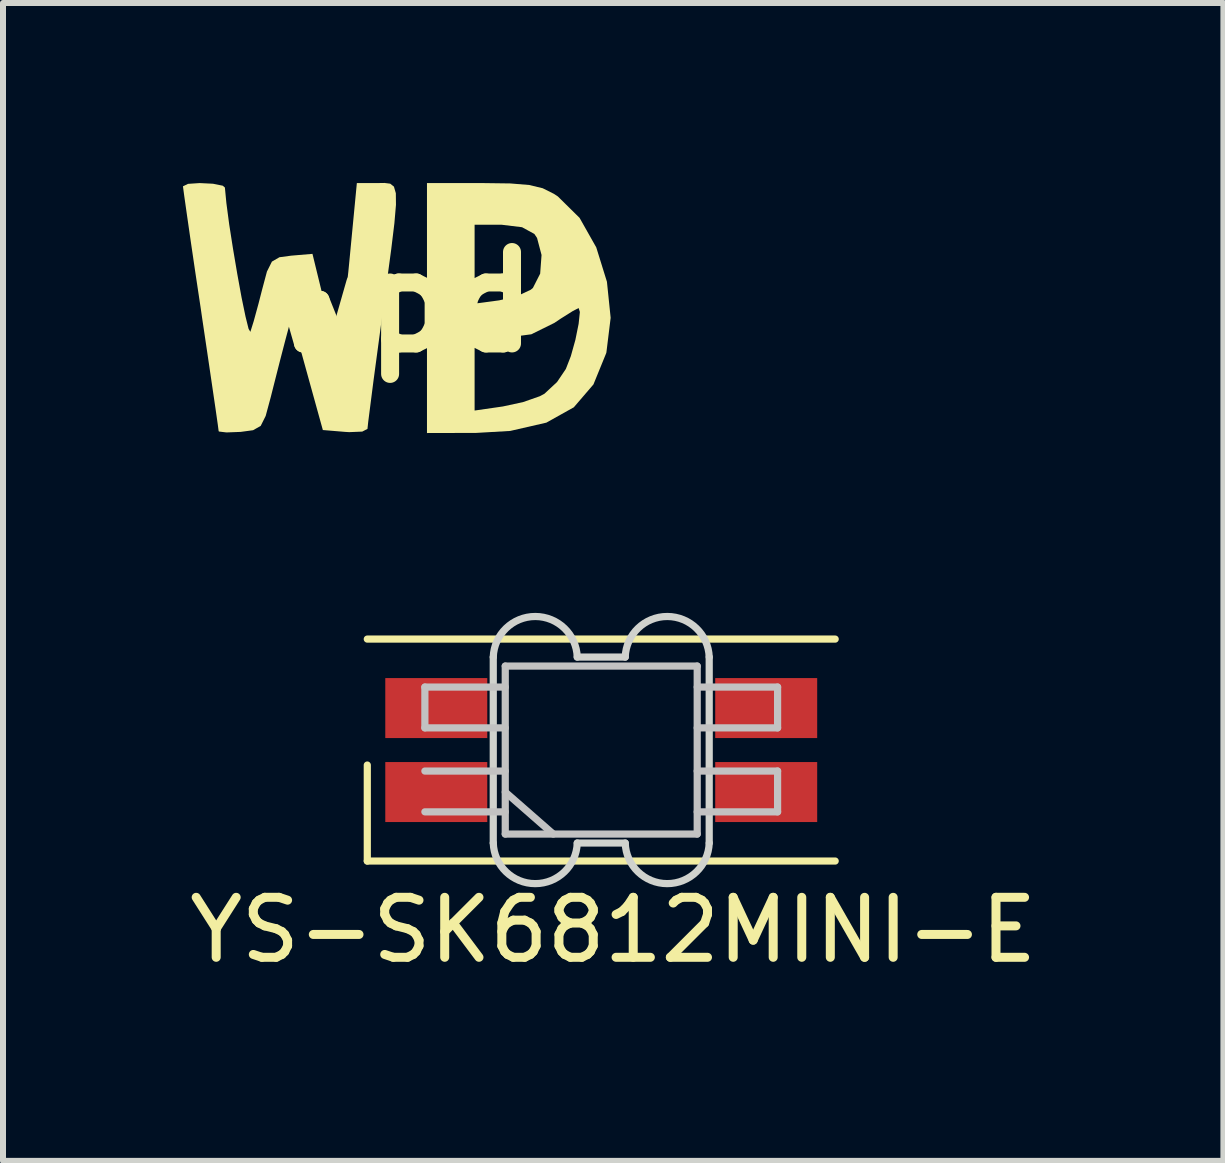
<source format=kicad_pcb>
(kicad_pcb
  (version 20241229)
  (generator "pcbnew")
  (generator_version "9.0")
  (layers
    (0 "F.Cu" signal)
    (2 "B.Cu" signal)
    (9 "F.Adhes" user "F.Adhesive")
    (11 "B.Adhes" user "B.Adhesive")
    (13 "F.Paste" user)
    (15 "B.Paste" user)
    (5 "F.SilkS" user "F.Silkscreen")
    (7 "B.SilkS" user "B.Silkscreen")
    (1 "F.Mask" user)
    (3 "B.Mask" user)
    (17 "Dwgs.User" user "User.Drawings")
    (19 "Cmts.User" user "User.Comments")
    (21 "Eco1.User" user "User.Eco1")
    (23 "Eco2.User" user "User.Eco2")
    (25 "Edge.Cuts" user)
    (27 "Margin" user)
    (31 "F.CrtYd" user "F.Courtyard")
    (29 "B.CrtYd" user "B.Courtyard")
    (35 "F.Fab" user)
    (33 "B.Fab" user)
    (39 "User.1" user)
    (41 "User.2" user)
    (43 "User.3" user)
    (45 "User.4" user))
  (footprint "wpd"
    (layer "F.Cu")
    (at 3.671 1.986)
    (property "Reference" "wpd" (at 0 0 0) (layer "F.SilkS") (effects (font (size 1.524 1.524) (thickness 0.3))))
    (attr board_only exclude_from_pos_files exclude_from_bom)
    (fp_poly (pts (xy 1.786 -1.978) (xy 2.101 -1.952) (xy 2.326 -1.898) (xy 2.512 -1.805) (xy 2.579 -1.761) (xy 2.941 -1.404) (xy 3.219 -0.912) (xy 3.397 -0.339) (xy 3.459 0.262) (xy 3.388 0.84) (xy 3.383 0.856) (xy 3.172 1.373) (xy 2.845 1.754) (xy 2.387 2.01) (xy 1.784 2.148) (xy 1.215 2.181) (xy 0.397 2.183) (xy 0.397 1.808) (xy 1.191 1.808) (xy 1.662 1.74) (xy 1.996 1.668) (xy 2.279 1.569) (xy 2.354 1.529) (xy 2.565 1.333) (xy 2.712 1.115) (xy 2.795 0.902) (xy 2.871 0.63) (xy 2.925 0.363) (xy 2.946 0.165) (xy 2.925 0.099) (xy 2.827 0.15) (xy 2.625 0.277) (xy 2.521 0.347) (xy 2.136 0.537) (xy 1.693 0.595) (xy 1.673 0.595) (xy 1.191 0.595) (xy 1.191 1.808) (xy 0.397 1.808) (xy 0.397 0.026) (xy 1.191 0.026) (xy 1.601 -0.029) (xy 1.899 -0.099) (xy 2.127 -0.206) (xy 2.163 -0.236) (xy 2.284 -0.474) (xy 2.307 -0.785) (xy 2.232 -1.069) (xy 2.187 -1.136) (xy 1.982 -1.248) (xy 1.637 -1.29) (xy 1.625 -1.29) (xy 1.191 -1.29) (xy 1.191 0.026) (xy 0.397 0.026) (xy 0.397 -1.984) (xy 1.325 -1.984)) (stroke (width 0) (type solid)) (fill yes) (layer "F.SilkS"))
    (fp_poly (pts (xy -0.216 -1.974) (xy -0.154 -1.925) (xy -0.122 -1.815) (xy -0.12 -1.621) (xy -0.146 -1.317) (xy -0.199 -0.88) (xy -0.279 -0.287) (xy -0.347 0.213) (xy -0.425 0.793) (xy -0.494 1.306) (xy -0.547 1.719) (xy -0.583 2) (xy -0.595 2.114) (xy -0.682 2.159) (xy -0.899 2.168) (xy -0.967 2.164) (xy -1.339 2.133) (xy -1.6 1.191) (xy -1.861 0.248) (xy -1.967 0.645) (xy -2.054 0.98) (xy -2.157 1.385) (xy -2.208 1.587) (xy -2.292 1.898) (xy -2.375 2.064) (xy -2.502 2.136) (xy -2.709 2.164) (xy -2.946 2.173) (xy -3.07 2.158) (xy -3.076 2.151) (xy -3.09 2.044) (xy -3.129 1.771) (xy -3.189 1.362) (xy -3.265 0.846) (xy -3.353 0.254) (xy -3.373 0.115) (xy -3.464 -0.49) (xy -3.543 -1.027) (xy -3.606 -1.464) (xy -3.65 -1.773) (xy -3.67 -1.922) (xy -3.671 -1.93) (xy -3.587 -1.971) (xy -3.392 -1.984) (xy -3.17 -1.973) (xy -3.007 -1.94) (xy -2.972 -1.91) (xy -2.947 -1.65) (xy -2.9 -1.295) (xy -2.836 -0.886) (xy -2.765 -0.467) (xy -2.694 -0.077) (xy -2.628 0.241) (xy -2.577 0.446) (xy -2.547 0.496) (xy -2.547 0.496) (xy -2.492 0.32) (xy -2.412 0.028) (xy -2.354 -0.198) (xy -2.271 -0.509) (xy -2.188 -0.675) (xy -2.062 -0.748) (xy -1.867 -0.774) (xy -1.512 -0.804) (xy -1.341 -0.104) (xy -1.248 0.244) (xy -1.163 0.509) (xy -1.102 0.637) (xy -1.098 0.641) (xy -1.064 0.564) (xy -1.018 0.325) (xy -0.966 -0.044) (xy -0.914 -0.506) (xy -0.9 -0.65) (xy -0.772 -1.984) (xy -0.435 -1.984) (xy -0.31 -1.986)) (stroke (width 0) (type solid)) (fill yes) (layer "F.SilkS")))
  (footprint "YS-SK6812MINI-E"
    (layer "F.Cu")
    (at 6.973 9.454)
    (property "Reference" "YS-SK6812MINI-E" (at 0.2 3 180) (layer "F.SilkS") (effects (font (size 1 1) (thickness 0.15))))
    (attr through_hole)
    (fp_line (start -3.9 0.25) (end -3.9 1.85) (stroke (width 0.12) (type solid)) (layer "F.SilkS"))
    (fp_line (start -3.9 1.85) (end 3.9 1.85) (stroke (width 0.12) (type solid)) (layer "F.SilkS"))
    (fp_line (start 3.9 -1.85) (end -3.9 -1.85) (stroke (width 0.12) (type solid)) (layer "F.SilkS"))
    (fp_line (start -2.94 -1.05) (end -2.94 -0.37) (stroke (width 0.12) (type solid)) (layer "Dwgs.User"))
    (fp_line (start -2.94 -0.37) (end -1.6 -0.37) (stroke (width 0.12) (type solid)) (layer "Dwgs.User"))
    (fp_line (start -2.94 1.03) (end -1.6 1.03) (stroke (width 0.12) (type solid)) (layer "Dwgs.User"))
    (fp_line (start -1.6 -1.4) (end -1.6 1.4) (stroke (width 0.12) (type solid)) (layer "Dwgs.User"))
    (fp_line (start -1.6 -1.4) (end 1.6 -1.4) (stroke (width 0.12) (type solid)) (layer "Dwgs.User"))
    (fp_line (start -1.6 -1.05) (end -2.94 -1.05) (stroke (width 0.12) (type solid)) (layer "Dwgs.User"))
    (fp_line (start -1.6 0.35) (end -2.94 0.35) (stroke (width 0.12) (type solid)) (layer "Dwgs.User"))
    (fp_line (start -1.6 0.7) (end -0.8 1.4) (stroke (width 0.12) (type solid)) (layer "Dwgs.User"))
    (fp_line (start -1.6 1.4) (end 1.6 1.4) (stroke (width 0.12) (type solid)) (layer "Dwgs.User"))
    (fp_line (start 1.6 -1.4) (end 1.6 1.4) (stroke (width 0.12) (type solid)) (layer "Dwgs.User"))
    (fp_line (start 1.6 -0.37) (end 2.94 -0.37) (stroke (width 0.12) (type solid)) (layer "Dwgs.User"))
    (fp_line (start 1.6 1.03) (end 2.94 1.03) (stroke (width 0.12) (type solid)) (layer "Dwgs.User"))
    (fp_line (start 2.94 -1.05) (end 1.6 -1.05) (stroke (width 0.12) (type solid)) (layer "Dwgs.User"))
    (fp_line (start 2.94 -0.37) (end 2.94 -1.05) (stroke (width 0.12) (type solid)) (layer "Dwgs.User"))
    (fp_line (start 2.94 0.35) (end 1.6 0.35) (stroke (width 0.12) (type solid)) (layer "Dwgs.User"))
    (fp_line (start 2.94 1.03) (end 2.94 0.35) (stroke (width 0.12) (type solid)) (layer "Dwgs.User"))
    (fp_line (start -1.8 -1.55) (end -1.8 1.55) (stroke (width 0.12) (type solid)) (layer "Edge.Cuts"))
    (fp_line (start -0.4 1.55) (end 0.4 1.55) (stroke (width 0.12) (type solid)) (layer "Edge.Cuts"))
    (fp_line (start 0.4 -1.55) (end -0.4 -1.55) (stroke (width 0.12) (type solid)) (layer "Edge.Cuts"))
    (fp_line (start 1.8 1.55) (end 1.8 -1.55) (stroke (width 0.12) (type solid)) (layer "Edge.Cuts"))
    (fp_arc (start -1.8 -1.55) (mid -1.1 -2.225392) (end -0.4 -1.55) (stroke (width 0.12) (type solid)) (layer "Edge.Cuts"))
    (fp_arc (start -0.4 1.55) (mid -1.1 2.225392) (end -1.8 1.55) (stroke (width 0.12) (type solid)) (layer "Edge.Cuts"))
    (fp_arc (start 0.4 -1.55) (mid 1.1 -2.225392) (end 1.8 -1.55) (stroke (width 0.12) (type solid)) (layer "Edge.Cuts"))
    (fp_arc (start 1.8 1.55) (mid 1.1 2.225392) (end 0.4 1.55) (stroke (width 0.12) (type solid)) (layer "Edge.Cuts"))
    (pad "1" smd rect (at 2.75 -0.7) (size 1.7 1) (layers "F.Cu" "F.Mask" "F.Paste"))
    (pad "2" smd rect (at 2.75 0.7) (size 1.7 1) (layers "F.Cu" "F.Mask" "F.Paste"))
    (pad "3" smd rect (at -2.75 0.7) (size 1.7 1) (layers "F.Cu" "F.Mask" "F.Paste"))
    (pad "4" smd rect (at -2.75 -0.7) (size 1.7 1) (layers "F.Cu" "F.Mask" "F.Paste")))
  (gr_rect
    (start -3 -3)
    (end 17.345 16.302)
    (stroke (width 0.1) (type default))
    (fill no)
    (layer "Edge.Cuts")))
</source>
